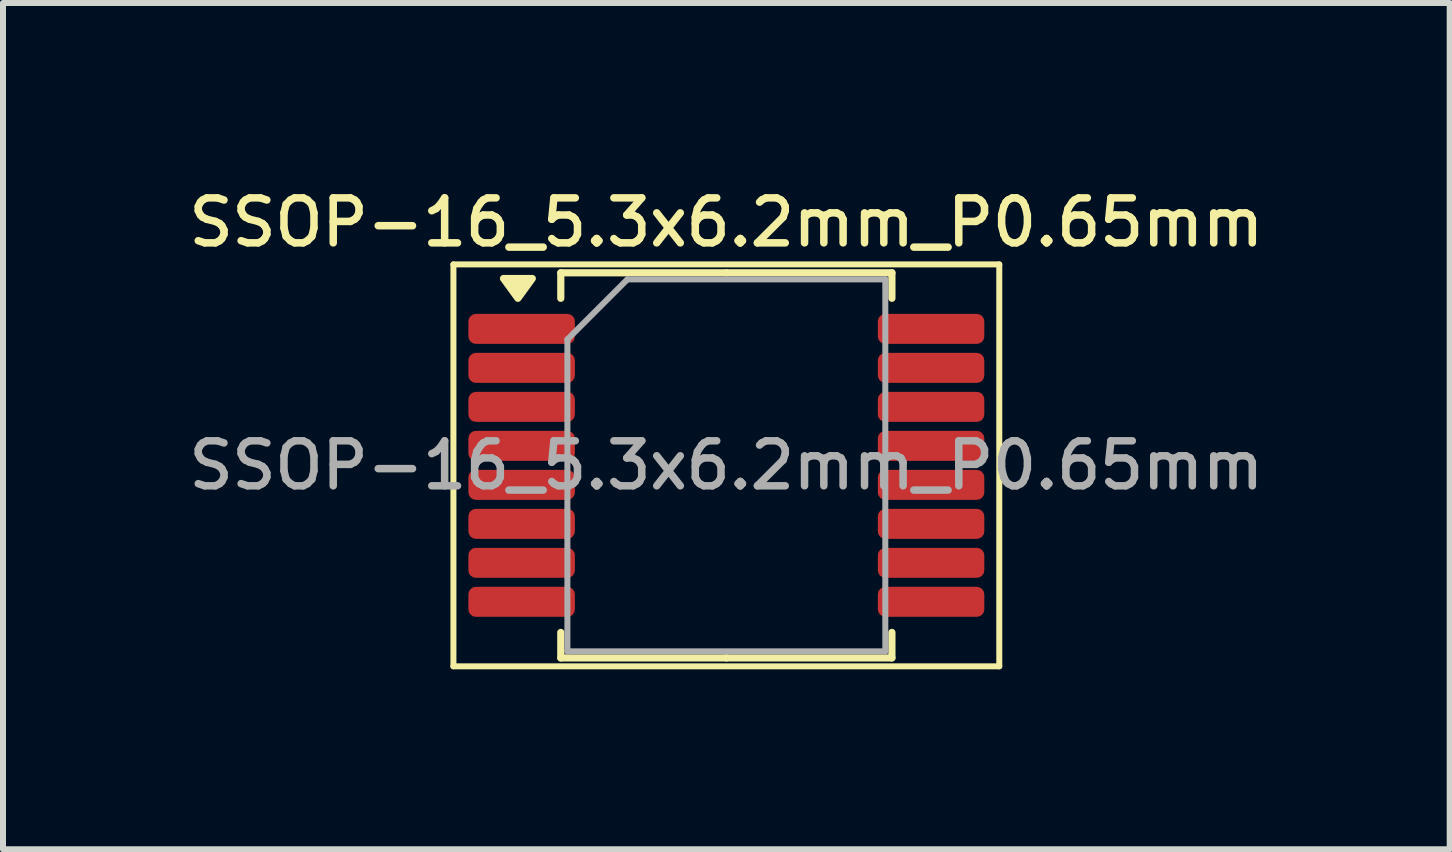
<source format=kicad_pcb>
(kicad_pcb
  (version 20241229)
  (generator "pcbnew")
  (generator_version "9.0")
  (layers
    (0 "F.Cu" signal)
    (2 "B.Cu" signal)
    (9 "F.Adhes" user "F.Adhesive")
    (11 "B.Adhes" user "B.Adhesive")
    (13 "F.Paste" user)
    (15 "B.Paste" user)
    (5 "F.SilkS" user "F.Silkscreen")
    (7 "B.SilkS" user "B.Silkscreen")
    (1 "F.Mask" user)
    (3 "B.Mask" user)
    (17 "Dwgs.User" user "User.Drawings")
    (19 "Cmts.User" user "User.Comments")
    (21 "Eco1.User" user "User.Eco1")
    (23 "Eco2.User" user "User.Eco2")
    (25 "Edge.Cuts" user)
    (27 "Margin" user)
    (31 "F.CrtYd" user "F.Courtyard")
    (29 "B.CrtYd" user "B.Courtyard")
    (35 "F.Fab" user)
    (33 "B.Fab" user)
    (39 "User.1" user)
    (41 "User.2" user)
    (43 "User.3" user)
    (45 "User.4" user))
  (footprint "SSOP-16_5.3x6.2mm_P0.65mm"
    (layer "F.Cu")
    (at 9.059 4.708)
    (property "Reference" "SSOP-16_5.3x6.2mm_P0.65mm" (at 0 -4.05 0) (layer "F.SilkS") (effects (font (size 0.75 0.75) (thickness 0.125))))
    (attr smd)
    (fp_line (start -4.55 -3.35) (end -4.55 3.35) (stroke (width 0.1) (type solid)) (layer "F.SilkS"))
    (fp_line (start -4.55 3.35) (end 4.55 3.35) (stroke (width 0.1) (type solid)) (layer "F.SilkS"))
    (fp_line (start -2.76 -3.21) (end -2.76 -2.785) (stroke (width 0.12) (type solid)) (layer "F.SilkS"))
    (fp_line (start -2.76 3.21) (end -2.76 2.785) (stroke (width 0.12) (type solid)) (layer "F.SilkS"))
    (fp_line (start 0 -3.21) (end -2.76 -3.21) (stroke (width 0.12) (type solid)) (layer "F.SilkS"))
    (fp_line (start 0 -3.21) (end 2.76 -3.21) (stroke (width 0.12) (type solid)) (layer "F.SilkS"))
    (fp_line (start 0 3.21) (end -2.76 3.21) (stroke (width 0.12) (type solid)) (layer "F.SilkS"))
    (fp_line (start 0 3.21) (end 2.76 3.21) (stroke (width 0.12) (type solid)) (layer "F.SilkS"))
    (fp_line (start 2.76 -3.21) (end 2.76 -2.785) (stroke (width 0.12) (type solid)) (layer "F.SilkS"))
    (fp_line (start 2.76 3.21) (end 2.76 2.785) (stroke (width 0.12) (type solid)) (layer "F.SilkS"))
    (fp_line (start 4.55 -3.35) (end -4.55 -3.35) (stroke (width 0.1) (type solid)) (layer "F.SilkS"))
    (fp_line (start 4.55 3.35) (end 4.55 -3.35) (stroke (width 0.1) (type solid)) (layer "F.SilkS"))
    (fp_poly (pts (xy -3.475 -2.785) (xy -3.715 -3.115) (xy -3.235 -3.115) (xy -3.475 -2.785)) (stroke (width 0.12) (type solid)) (fill yes) (layer "F.SilkS"))
    (fp_line (start -2.65 -2.1) (end -1.65 -3.1) (stroke (width 0.1) (type solid)) (layer "F.Fab"))
    (fp_line (start -2.65 3.1) (end -2.65 -2.1) (stroke (width 0.1) (type solid)) (layer "F.Fab"))
    (fp_line (start -1.65 -3.1) (end 2.65 -3.1) (stroke (width 0.1) (type solid)) (layer "F.Fab"))
    (fp_line (start 2.65 -3.1) (end 2.65 3.1) (stroke (width 0.1) (type solid)) (layer "F.Fab"))
    (fp_line (start 2.65 3.1) (end -2.65 3.1) (stroke (width 0.1) (type solid)) (layer "F.Fab"))
    (fp_text user "${REFERENCE}" (at 0 0 0) (layer "F.Fab") (effects (font (size 0.75 0.75) (thickness 0.125))))
    (pad "1" smd roundrect (at -3.413 -2.275) (size 1.775 0.5) (layers "F.Cu" "F.Mask" "F.Paste") (roundrect_rratio 0.25))
    (pad "2" smd roundrect (at -3.413 -1.625) (size 1.775 0.5) (layers "F.Cu" "F.Mask" "F.Paste") (roundrect_rratio 0.25))
    (pad "3" smd roundrect (at -3.413 -0.975) (size 1.775 0.5) (layers "F.Cu" "F.Mask" "F.Paste") (roundrect_rratio 0.25))
    (pad "4" smd roundrect (at -3.413 -0.325) (size 1.775 0.5) (layers "F.Cu" "F.Mask" "F.Paste") (roundrect_rratio 0.25))
    (pad "5" smd roundrect (at -3.413 0.325) (size 1.775 0.5) (layers "F.Cu" "F.Mask" "F.Paste") (roundrect_rratio 0.25))
    (pad "6" smd roundrect (at -3.413 0.975) (size 1.775 0.5) (layers "F.Cu" "F.Mask" "F.Paste") (roundrect_rratio 0.25))
    (pad "7" smd roundrect (at -3.413 1.625) (size 1.775 0.5) (layers "F.Cu" "F.Mask" "F.Paste") (roundrect_rratio 0.25))
    (pad "8" smd roundrect (at -3.413 2.275) (size 1.775 0.5) (layers "F.Cu" "F.Mask" "F.Paste") (roundrect_rratio 0.25))
    (pad "9" smd roundrect (at 3.413 2.275) (size 1.775 0.5) (layers "F.Cu" "F.Mask" "F.Paste") (roundrect_rratio 0.25))
    (pad "10" smd roundrect (at 3.413 1.625) (size 1.775 0.5) (layers "F.Cu" "F.Mask" "F.Paste") (roundrect_rratio 0.25))
    (pad "11" smd roundrect (at 3.413 0.975) (size 1.775 0.5) (layers "F.Cu" "F.Mask" "F.Paste") (roundrect_rratio 0.25))
    (pad "12" smd roundrect (at 3.413 0.325) (size 1.775 0.5) (layers "F.Cu" "F.Mask" "F.Paste") (roundrect_rratio 0.25))
    (pad "13" smd roundrect (at 3.413 -0.325) (size 1.775 0.5) (layers "F.Cu" "F.Mask" "F.Paste") (roundrect_rratio 0.25))
    (pad "14" smd roundrect (at 3.413 -0.975) (size 1.775 0.5) (layers "F.Cu" "F.Mask" "F.Paste") (roundrect_rratio 0.25))
    (pad "15" smd roundrect (at 3.413 -1.625) (size 1.775 0.5) (layers "F.Cu" "F.Mask" "F.Paste") (roundrect_rratio 0.25))
    (pad "16" smd roundrect (at 3.413 -2.275) (size 1.775 0.5) (layers "F.Cu" "F.Mask" "F.Paste") (roundrect_rratio 0.25)))
  (gr_rect
    (start -3 -3)
    (end 21.118 11.108)
    (stroke (width 0.1) (type default))
    (fill no)
    (layer "Edge.Cuts")))
</source>
